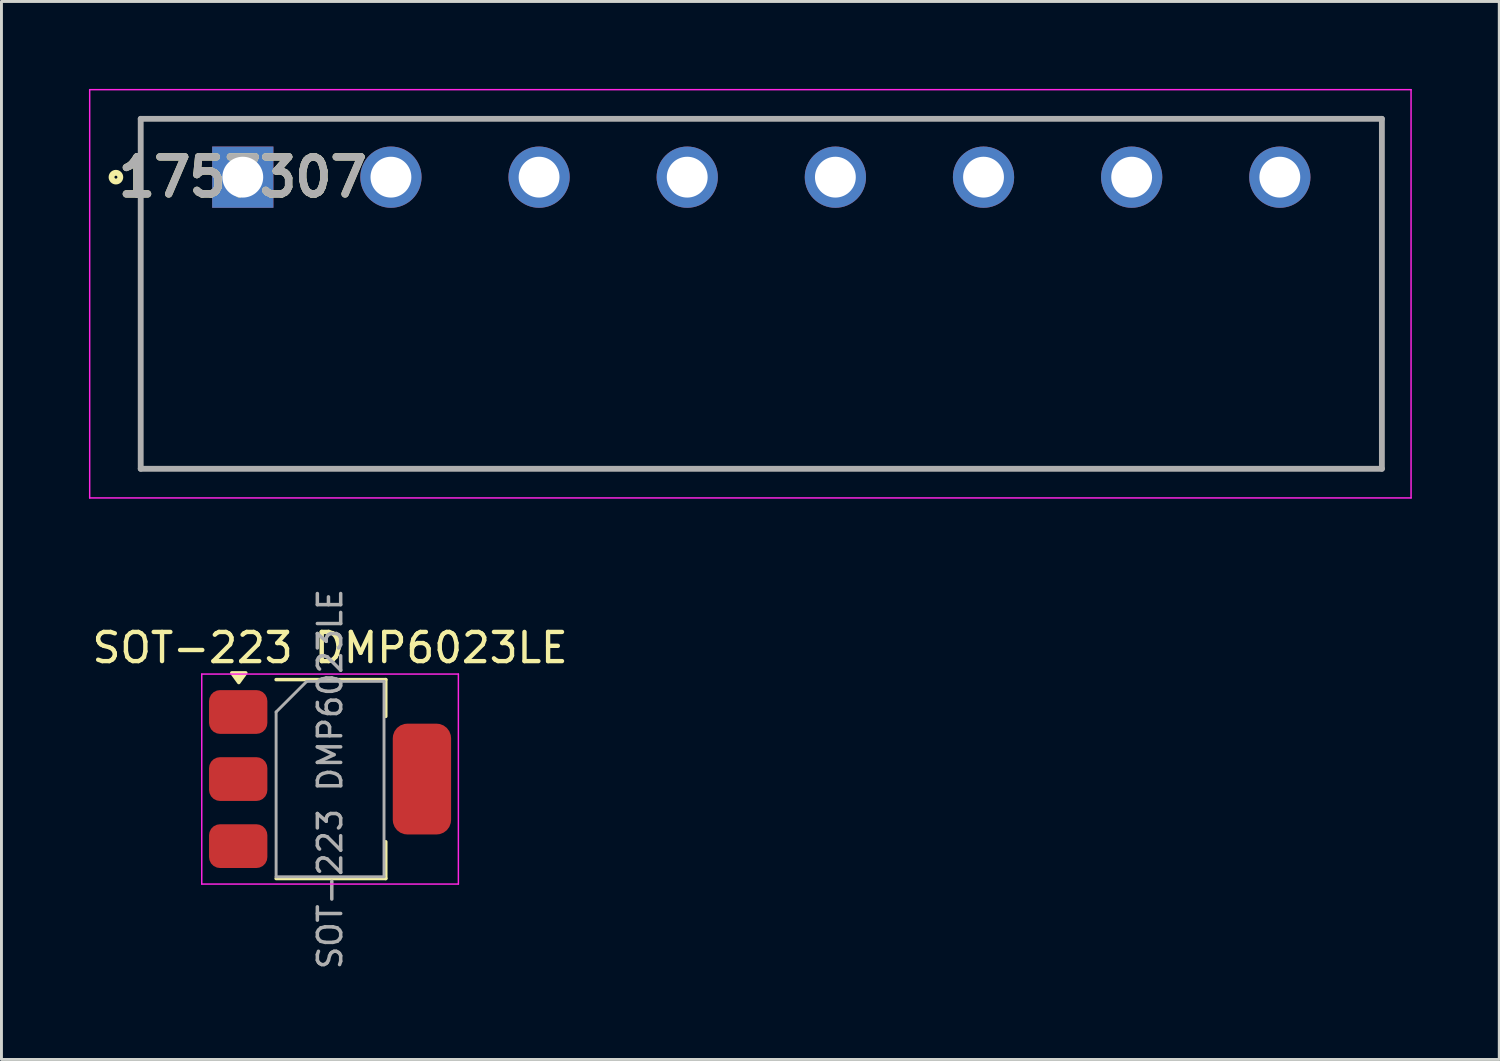
<source format=kicad_pcb>
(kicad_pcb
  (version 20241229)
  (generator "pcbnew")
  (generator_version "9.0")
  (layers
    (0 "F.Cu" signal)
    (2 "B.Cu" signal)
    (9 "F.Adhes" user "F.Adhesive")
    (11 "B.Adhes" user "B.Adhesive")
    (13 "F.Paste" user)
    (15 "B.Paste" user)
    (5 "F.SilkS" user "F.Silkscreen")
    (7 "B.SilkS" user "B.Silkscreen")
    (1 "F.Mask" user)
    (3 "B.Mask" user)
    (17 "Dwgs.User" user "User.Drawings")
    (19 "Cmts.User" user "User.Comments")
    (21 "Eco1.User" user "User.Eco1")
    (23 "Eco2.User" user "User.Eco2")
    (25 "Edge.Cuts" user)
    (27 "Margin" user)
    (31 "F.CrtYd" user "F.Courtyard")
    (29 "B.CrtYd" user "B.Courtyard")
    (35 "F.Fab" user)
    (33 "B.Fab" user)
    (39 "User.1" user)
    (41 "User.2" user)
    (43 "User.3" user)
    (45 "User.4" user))
  (footprint "1757307"
    (layer "F.Cu")
    (at 5.275 3.025)
    (property "Reference" "1757307" (at 0 0 0) (layer "F.SilkS") (effects (font (size 1.27 1.27) (thickness 0.254))))
    (attr through_hole)
    (fp_line (start -3.5 -2) (end 39.06 -2) (stroke (width 0.1) (type solid)) (layer "F.SilkS"))
    (fp_line (start -3.5 10) (end -3.5 -2) (stroke (width 0.1) (type solid)) (layer "F.SilkS"))
    (fp_line (start 39.06 -2) (end 39.06 10) (stroke (width 0.1) (type solid)) (layer "F.SilkS"))
    (fp_line (start 39.06 10) (end -3.5 10) (stroke (width 0.1) (type solid)) (layer "F.SilkS"))
    (fp_circle (center -4.35 0) (end -4.35 0.05) (stroke (width 0.2) (type solid)) (fill no) (layer "F.SilkS"))
    (fp_line (start -5.25 -3) (end 40.06 -3) (stroke (width 0.05) (type solid)) (layer "F.CrtYd"))
    (fp_line (start -5.25 11) (end -5.25 -3) (stroke (width 0.05) (type solid)) (layer "F.CrtYd"))
    (fp_line (start 40.06 -3) (end 40.06 11) (stroke (width 0.05) (type solid)) (layer "F.CrtYd"))
    (fp_line (start 40.06 11) (end -5.25 11) (stroke (width 0.05) (type solid)) (layer "F.CrtYd"))
    (fp_line (start -3.5 -2) (end 39.06 -2) (stroke (width 0.2) (type solid)) (layer "F.Fab"))
    (fp_line (start -3.5 10) (end -3.5 -2) (stroke (width 0.2) (type solid)) (layer "F.Fab"))
    (fp_line (start 39.06 -2) (end 39.06 10) (stroke (width 0.2) (type solid)) (layer "F.Fab"))
    (fp_line (start 39.06 10) (end -3.5 10) (stroke (width 0.2) (type solid)) (layer "F.Fab"))
    (fp_text user "${REFERENCE}" (at 0 0 0) (layer "F.Fab") (effects (font (size 1.27 1.27) (thickness 0.254))))
    (pad "1" thru_hole rect (at 0 0) (size 2.1 2.1) (drill 1.4) (layers "*.Cu" "*.Mask"))
    (pad "2" thru_hole circle (at 5.08 0) (size 2.1 2.1) (drill 1.4) (layers "*.Cu" "*.Mask"))
    (pad "3" thru_hole circle (at 10.16 0) (size 2.1 2.1) (drill 1.4) (layers "*.Cu" "*.Mask"))
    (pad "4" thru_hole circle (at 15.24 0) (size 2.1 2.1) (drill 1.4) (layers "*.Cu" "*.Mask"))
    (pad "5" thru_hole circle (at 20.32 0) (size 2.1 2.1) (drill 1.4) (layers "*.Cu" "*.Mask"))
    (pad "6" thru_hole circle (at 25.4 0) (size 2.1 2.1) (drill 1.4) (layers "*.Cu" "*.Mask"))
    (pad "7" thru_hole circle (at 30.48 0) (size 2.1 2.1) (drill 1.4) (layers "*.Cu" "*.Mask"))
    (pad "8" thru_hole circle (at 35.56 0) (size 2.1 2.1) (drill 1.4) (layers "*.Cu" "*.Mask")))
  (footprint "SOT-223 DMP6023LE"
    (layer "F.Cu")
    (at 8.268 23.664)
    (property "Reference" "SOT-223 DMP6023LE" (at 0 -4.5 0) (layer "F.SilkS") (effects (font (size 1 1) (thickness 0.15))))
    (attr smd)
    (fp_line (start -1.85 -3.41) (end 1.91 -3.41) (stroke (width 0.12) (type solid)) (layer "F.SilkS"))
    (fp_line (start -1.85 3.41) (end 1.91 3.41) (stroke (width 0.12) (type solid)) (layer "F.SilkS"))
    (fp_line (start 1.91 -3.41) (end 1.91 -2.15) (stroke (width 0.12) (type solid)) (layer "F.SilkS"))
    (fp_line (start 1.91 3.41) (end 1.91 2.15) (stroke (width 0.12) (type solid)) (layer "F.SilkS"))
    (fp_poly (pts (xy -3.13 -3.31) (xy -3.37 -3.64) (xy -2.89 -3.64) (xy -3.13 -3.31)) (stroke (width 0.12) (type solid)) (fill yes) (layer "F.SilkS"))
    (fp_line (start -4.4 -3.6) (end -4.4 3.6) (stroke (width 0.05) (type solid)) (layer "F.CrtYd"))
    (fp_line (start -4.4 3.6) (end 4.4 3.6) (stroke (width 0.05) (type solid)) (layer "F.CrtYd"))
    (fp_line (start 4.4 -3.6) (end -4.4 -3.6) (stroke (width 0.05) (type solid)) (layer "F.CrtYd"))
    (fp_line (start 4.4 3.6) (end 4.4 -3.6) (stroke (width 0.05) (type solid)) (layer "F.CrtYd"))
    (fp_line (start -1.85 -2.3) (end -1.85 3.35) (stroke (width 0.1) (type solid)) (layer "F.Fab"))
    (fp_line (start -1.85 -2.3) (end -0.8 -3.35) (stroke (width 0.1) (type solid)) (layer "F.Fab"))
    (fp_line (start -1.85 3.35) (end 1.85 3.35) (stroke (width 0.1) (type solid)) (layer "F.Fab"))
    (fp_line (start -0.8 -3.35) (end 1.85 -3.35) (stroke (width 0.1) (type solid)) (layer "F.Fab"))
    (fp_line (start 1.85 -3.35) (end 1.85 3.35) (stroke (width 0.1) (type solid)) (layer "F.Fab"))
    (fp_text user "${REFERENCE}" (at 0 0 90) (layer "F.Fab") (effects (font (size 0.8 0.8) (thickness 0.12))))
    (pad "1" smd roundrect (at -3.15 -2.3) (size 2 1.5) (layers "F.Cu" "F.Mask" "F.Paste") (roundrect_rratio 0.25))
    (pad "2" smd roundrect (at -3.15 0) (size 2 1.5) (layers "F.Cu" "F.Mask" "F.Paste") (roundrect_rratio 0.25))
    (pad "3" smd roundrect (at -3.15 2.3) (size 2 1.5) (layers "F.Cu" "F.Mask" "F.Paste") (roundrect_rratio 0.25))
    (pad "4" smd roundrect (at 3.15 0) (size 2 3.8) (layers "F.Cu" "F.Mask" "F.Paste") (roundrect_rratio 0.25)))
  (gr_rect
    (start -3 -3)
    (end 48.36 33.279)
    (stroke (width 0.1) (type default))
    (fill no)
    (layer "Edge.Cuts")))
</source>
